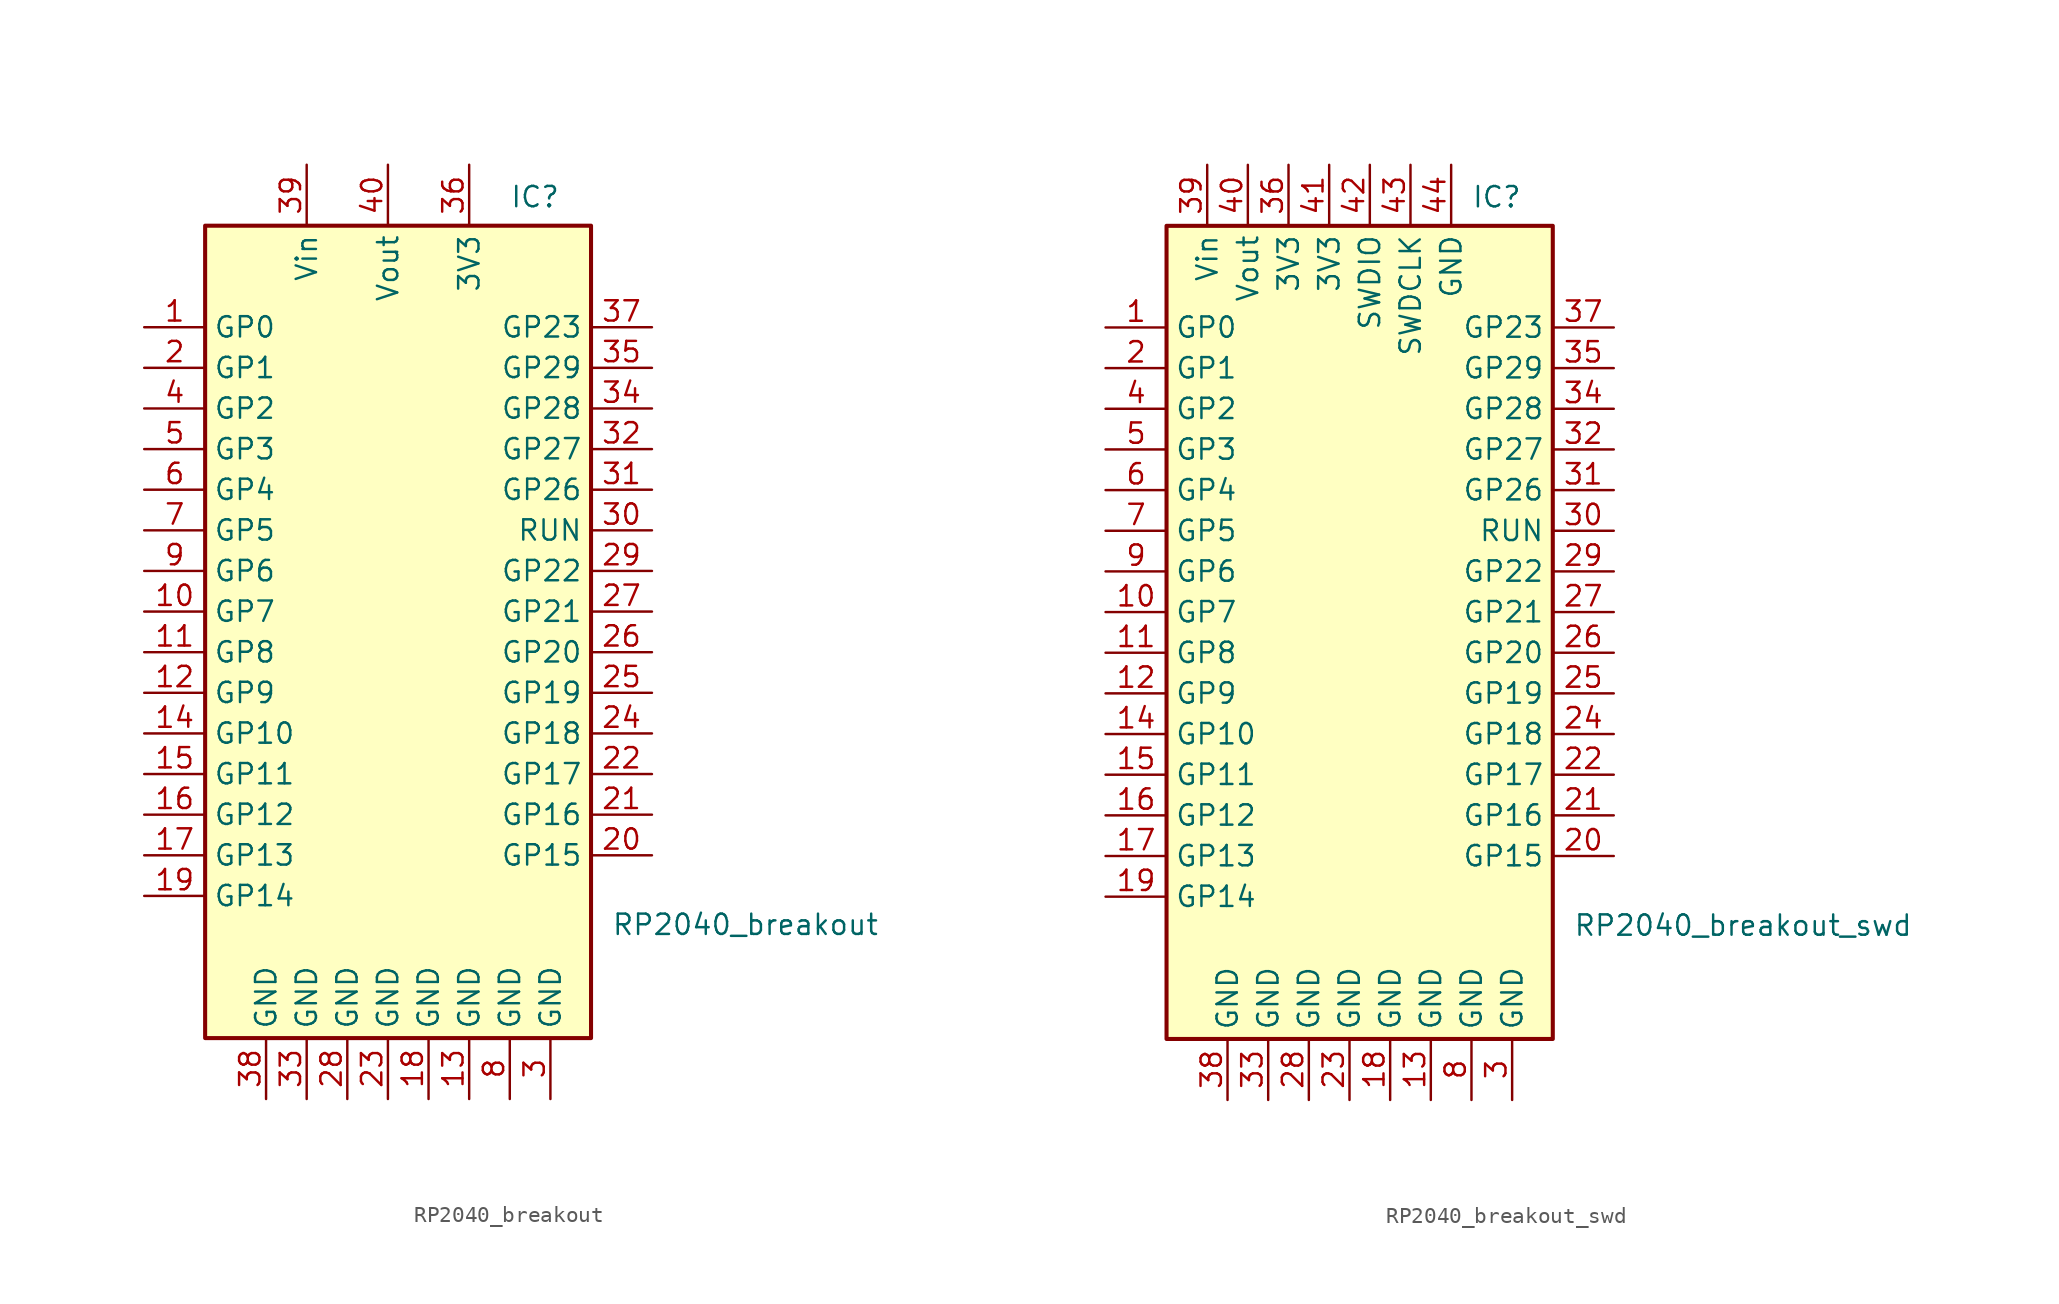
<source format=kicad_sym>
(kicad_symbol_lib
  (version 20211014)
  (generator kicad_symbol_editor)
  (symbol "RP2040_breakout"
    (property "Reference" "IC"
      (at 7.62 19.05 0)
      (effects (font (size 1.27 1.27)) (justify left top)))
    (property "Value" "RP2040_breakout"
      (at 13.97 -27.94 0)
      (effects (font (size 1.27 1.27)) (justify left bottom)))
    (symbol "RP2040_breakout_0_1"
      (rectangle (start -11.43 16.51) (end 12.7 -34.29) (stroke (width 0.254) (type default) (color 0 0 0 0)) (fill (type background))))
    (symbol "RP2040_breakout_1_1"
      (pin bidirectional line (at -15.24 10.16 0) (length 3.81) (name "GP0" (effects (font (size 1.27 1.27)))) (number "1" (effects (font (size 1.27 1.27)))))
      (pin bidirectional line (at -15.24 -7.62 0) (length 3.81) (name "GP7" (effects (font (size 1.27 1.27)))) (number "10" (effects (font (size 1.27 1.27)))))
      (pin bidirectional line (at -15.24 -10.16 0) (length 3.81) (name "GP8" (effects (font (size 1.27 1.27)))) (number "11" (effects (font (size 1.27 1.27)))))
      (pin bidirectional line (at -15.24 -12.7 0) (length 3.81) (name "GP9" (effects (font (size 1.27 1.27)))) (number "12" (effects (font (size 1.27 1.27)))))
      (pin power_in line (at 5.08 -38.1 90) (length 3.81) (name "GND" (effects (font (size 1.27 1.27)))) (number "13" (effects (font (size 1.27 1.27)))))
      (pin bidirectional line (at -15.24 -15.24 0) (length 3.81) (name "GP10" (effects (font (size 1.27 1.27)))) (number "14" (effects (font (size 1.27 1.27)))))
      (pin bidirectional line (at -15.24 -17.78 0) (length 3.81) (name "GP11" (effects (font (size 1.27 1.27)))) (number "15" (effects (font (size 1.27 1.27)))))
      (pin bidirectional line (at -15.24 -20.32 0) (length 3.81) (name "GP12" (effects (font (size 1.27 1.27)))) (number "16" (effects (font (size 1.27 1.27)))))
      (pin bidirectional line (at -15.24 -22.86 0) (length 3.81) (name "GP13" (effects (font (size 1.27 1.27)))) (number "17" (effects (font (size 1.27 1.27)))))
      (pin power_in line (at 2.54 -38.1 90) (length 3.81) (name "GND" (effects (font (size 1.27 1.27)))) (number "18" (effects (font (size 1.27 1.27)))))
      (pin bidirectional line (at -15.24 -25.4 0) (length 3.81) (name "GP14" (effects (font (size 1.27 1.27)))) (number "19" (effects (font (size 1.27 1.27)))))
      (pin bidirectional line (at -15.24 7.62 0) (length 3.81) (name "GP1" (effects (font (size 1.27 1.27)))) (number "2" (effects (font (size 1.27 1.27)))))
      (pin bidirectional line (at 16.51 -22.86 180) (length 3.81) (name "GP15" (effects (font (size 1.27 1.27)))) (number "20" (effects (font (size 1.27 1.27)))))
      (pin bidirectional line (at 16.51 -20.32 180) (length 3.81) (name "GP16" (effects (font (size 1.27 1.27)))) (number "21" (effects (font (size 1.27 1.27)))))
      (pin bidirectional line (at 16.51 -17.78 180) (length 3.81) (name "GP17" (effects (font (size 1.27 1.27)))) (number "22" (effects (font (size 1.27 1.27)))))
      (pin power_in line (at 0 -38.1 90) (length 3.81) (name "GND" (effects (font (size 1.27 1.27)))) (number "23" (effects (font (size 1.27 1.27)))))
      (pin bidirectional line (at 16.51 -15.24 180) (length 3.81) (name "GP18" (effects (font (size 1.27 1.27)))) (number "24" (effects (font (size 1.27 1.27)))))
      (pin bidirectional line (at 16.51 -12.7 180) (length 3.81) (name "GP19" (effects (font (size 1.27 1.27)))) (number "25" (effects (font (size 1.27 1.27)))))
      (pin bidirectional line (at 16.51 -10.16 180) (length 3.81) (name "GP20" (effects (font (size 1.27 1.27)))) (number "26" (effects (font (size 1.27 1.27)))))
      (pin bidirectional line (at 16.51 -7.62 180) (length 3.81) (name "GP21" (effects (font (size 1.27 1.27)))) (number "27" (effects (font (size 1.27 1.27)))))
      (pin power_in line (at -2.54 -38.1 90) (length 3.81) (name "GND" (effects (font (size 1.27 1.27)))) (number "28" (effects (font (size 1.27 1.27)))))
      (pin bidirectional line (at 16.51 -5.08 180) (length 3.81) (name "GP22" (effects (font (size 1.27 1.27)))) (number "29" (effects (font (size 1.27 1.27)))))
      (pin power_in line (at 10.16 -38.1 90) (length 3.81) (name "GND" (effects (font (size 1.27 1.27)))) (number "3" (effects (font (size 1.27 1.27)))))
      (pin input line (at 16.51 -2.54 180) (length 3.81) (name "RUN" (effects (font (size 1.27 1.27)))) (number "30" (effects (font (size 1.27 1.27)))))
      (pin bidirectional line (at 16.51 0 180) (length 3.81) (name "GP26" (effects (font (size 1.27 1.27)))) (number "31" (effects (font (size 1.27 1.27)))))
      (pin bidirectional line (at 16.51 2.54 180) (length 3.81) (name "GP27" (effects (font (size 1.27 1.27)))) (number "32" (effects (font (size 1.27 1.27)))))
      (pin power_in line (at -5.08 -38.1 90) (length 3.81) (name "GND" (effects (font (size 1.27 1.27)))) (number "33" (effects (font (size 1.27 1.27)))))
      (pin bidirectional line (at 16.51 5.08 180) (length 3.81) (name "GP28" (effects (font (size 1.27 1.27)))) (number "34" (effects (font (size 1.27 1.27)))))
      (pin bidirectional line (at 16.51 7.62 180) (length 3.81) (name "GP29" (effects (font (size 1.27 1.27)))) (number "35" (effects (font (size 1.27 1.27)))))
      (pin power_out line (at 5.08 20.32 270) (length 3.81) (name "3V3" (effects (font (size 1.27 1.27)))) (number "36" (effects (font (size 1.27 1.27)))))
      (pin bidirectional line (at 16.51 10.16 180) (length 3.81) (name "GP23" (effects (font (size 1.27 1.27)))) (number "37" (effects (font (size 1.27 1.27)))))
      (pin power_in line (at -7.62 -38.1 90) (length 3.81) (name "GND" (effects (font (size 1.27 1.27)))) (number "38" (effects (font (size 1.27 1.27)))))
      (pin power_in line (at -5.08 20.32 270) (length 3.81) (name "Vin" (effects (font (size 1.27 1.27)))) (number "39" (effects (font (size 1.27 1.27)))))
      (pin bidirectional line (at -15.24 5.08 0) (length 3.81) (name "GP2" (effects (font (size 1.27 1.27)))) (number "4" (effects (font (size 1.27 1.27)))))
      (pin power_out line (at 0 20.32 270) (length 3.81) (name "Vout" (effects (font (size 1.27 1.27)))) (number "40" (effects (font (size 1.27 1.27)))))
      (pin bidirectional line (at -15.24 2.54 0) (length 3.81) (name "GP3" (effects (font (size 1.27 1.27)))) (number "5" (effects (font (size 1.27 1.27)))))
      (pin bidirectional line (at -15.24 0 0) (length 3.81) (name "GP4" (effects (font (size 1.27 1.27)))) (number "6" (effects (font (size 1.27 1.27)))))
      (pin bidirectional line (at -15.24 -2.54 0) (length 3.81) (name "GP5" (effects (font (size 1.27 1.27)))) (number "7" (effects (font (size 1.27 1.27)))))
      (pin power_in line (at 7.62 -38.1 90) (length 3.81) (name "GND" (effects (font (size 1.27 1.27)))) (number "8" (effects (font (size 1.27 1.27)))))
      (pin bidirectional line (at -15.24 -5.08 0) (length 3.81) (name "GP6" (effects (font (size 1.27 1.27)))) (number "9" (effects (font (size 1.27 1.27)))))))
  (symbol "RP2040_breakout_swd"
    (property "Reference" "IC"
      (at 7.62 19.05 0)
      (effects (font (size 1.27 1.27)) (justify left top)))
    (property "Value" "RP2040_breakout_swd"
      (at 13.97 -27.94 0)
      (effects (font (size 1.27 1.27)) (justify left bottom)))
    (symbol "RP2040_breakout_swd_0_1"
      (rectangle (start -11.43 16.51) (end 12.7 -34.29) (stroke (width 0.254) (type default) (color 0 0 0 0)) (fill (type background))))
    (symbol "RP2040_breakout_swd_1_1"
      (pin bidirectional line (at -15.24 10.16 0) (length 3.81) (name "GP0" (effects (font (size 1.27 1.27)))) (number "1" (effects (font (size 1.27 1.27)))))
      (pin bidirectional line (at -15.24 -7.62 0) (length 3.81) (name "GP7" (effects (font (size 1.27 1.27)))) (number "10" (effects (font (size 1.27 1.27)))))
      (pin bidirectional line (at -15.24 -10.16 0) (length 3.81) (name "GP8" (effects (font (size 1.27 1.27)))) (number "11" (effects (font (size 1.27 1.27)))))
      (pin bidirectional line (at -15.24 -12.7 0) (length 3.81) (name "GP9" (effects (font (size 1.27 1.27)))) (number "12" (effects (font (size 1.27 1.27)))))
      (pin power_in line (at 5.08 -38.1 90) (length 3.81) (name "GND" (effects (font (size 1.27 1.27)))) (number "13" (effects (font (size 1.27 1.27)))))
      (pin bidirectional line (at -15.24 -15.24 0) (length 3.81) (name "GP10" (effects (font (size 1.27 1.27)))) (number "14" (effects (font (size 1.27 1.27)))))
      (pin bidirectional line (at -15.24 -17.78 0) (length 3.81) (name "GP11" (effects (font (size 1.27 1.27)))) (number "15" (effects (font (size 1.27 1.27)))))
      (pin bidirectional line (at -15.24 -20.32 0) (length 3.81) (name "GP12" (effects (font (size 1.27 1.27)))) (number "16" (effects (font (size 1.27 1.27)))))
      (pin bidirectional line (at -15.24 -22.86 0) (length 3.81) (name "GP13" (effects (font (size 1.27 1.27)))) (number "17" (effects (font (size 1.27 1.27)))))
      (pin power_in line (at 2.54 -38.1 90) (length 3.81) (name "GND" (effects (font (size 1.27 1.27)))) (number "18" (effects (font (size 1.27 1.27)))))
      (pin bidirectional line (at -15.24 -25.4 0) (length 3.81) (name "GP14" (effects (font (size 1.27 1.27)))) (number "19" (effects (font (size 1.27 1.27)))))
      (pin bidirectional line (at -15.24 7.62 0) (length 3.81) (name "GP1" (effects (font (size 1.27 1.27)))) (number "2" (effects (font (size 1.27 1.27)))))
      (pin bidirectional line (at 16.51 -22.86 180) (length 3.81) (name "GP15" (effects (font (size 1.27 1.27)))) (number "20" (effects (font (size 1.27 1.27)))))
      (pin bidirectional line (at 16.51 -20.32 180) (length 3.81) (name "GP16" (effects (font (size 1.27 1.27)))) (number "21" (effects (font (size 1.27 1.27)))))
      (pin bidirectional line (at 16.51 -17.78 180) (length 3.81) (name "GP17" (effects (font (size 1.27 1.27)))) (number "22" (effects (font (size 1.27 1.27)))))
      (pin power_in line (at 0 -38.1 90) (length 3.81) (name "GND" (effects (font (size 1.27 1.27)))) (number "23" (effects (font (size 1.27 1.27)))))
      (pin bidirectional line (at 16.51 -15.24 180) (length 3.81) (name "GP18" (effects (font (size 1.27 1.27)))) (number "24" (effects (font (size 1.27 1.27)))))
      (pin bidirectional line (at 16.51 -12.7 180) (length 3.81) (name "GP19" (effects (font (size 1.27 1.27)))) (number "25" (effects (font (size 1.27 1.27)))))
      (pin bidirectional line (at 16.51 -10.16 180) (length 3.81) (name "GP20" (effects (font (size 1.27 1.27)))) (number "26" (effects (font (size 1.27 1.27)))))
      (pin bidirectional line (at 16.51 -7.62 180) (length 3.81) (name "GP21" (effects (font (size 1.27 1.27)))) (number "27" (effects (font (size 1.27 1.27)))))
      (pin power_in line (at -2.54 -38.1 90) (length 3.81) (name "GND" (effects (font (size 1.27 1.27)))) (number "28" (effects (font (size 1.27 1.27)))))
      (pin bidirectional line (at 16.51 -5.08 180) (length 3.81) (name "GP22" (effects (font (size 1.27 1.27)))) (number "29" (effects (font (size 1.27 1.27)))))
      (pin power_in line (at 10.16 -38.1 90) (length 3.81) (name "GND" (effects (font (size 1.27 1.27)))) (number "3" (effects (font (size 1.27 1.27)))))
      (pin input line (at 16.51 -2.54 180) (length 3.81) (name "RUN" (effects (font (size 1.27 1.27)))) (number "30" (effects (font (size 1.27 1.27)))))
      (pin bidirectional line (at 16.51 0 180) (length 3.81) (name "GP26" (effects (font (size 1.27 1.27)))) (number "31" (effects (font (size 1.27 1.27)))))
      (pin bidirectional line (at 16.51 2.54 180) (length 3.81) (name "GP27" (effects (font (size 1.27 1.27)))) (number "32" (effects (font (size 1.27 1.27)))))
      (pin power_in line (at -5.08 -38.1 90) (length 3.81) (name "GND" (effects (font (size 1.27 1.27)))) (number "33" (effects (font (size 1.27 1.27)))))
      (pin bidirectional line (at 16.51 5.08 180) (length 3.81) (name "GP28" (effects (font (size 1.27 1.27)))) (number "34" (effects (font (size 1.27 1.27)))))
      (pin bidirectional line (at 16.51 7.62 180) (length 3.81) (name "GP29" (effects (font (size 1.27 1.27)))) (number "35" (effects (font (size 1.27 1.27)))))
      (pin power_out line (at -3.81 20.32 270) (length 3.81) (name "3V3" (effects (font (size 1.27 1.27)))) (number "36" (effects (font (size 1.27 1.27)))))
      (pin bidirectional line (at 16.51 10.16 180) (length 3.81) (name "GP23" (effects (font (size 1.27 1.27)))) (number "37" (effects (font (size 1.27 1.27)))))
      (pin power_in line (at -7.62 -38.1 90) (length 3.81) (name "GND" (effects (font (size 1.27 1.27)))) (number "38" (effects (font (size 1.27 1.27)))))
      (pin power_in line (at -8.89 20.32 270) (length 3.81) (name "Vin" (effects (font (size 1.27 1.27)))) (number "39" (effects (font (size 1.27 1.27)))))
      (pin bidirectional line (at -15.24 5.08 0) (length 3.81) (name "GP2" (effects (font (size 1.27 1.27)))) (number "4" (effects (font (size 1.27 1.27)))))
      (pin power_out line (at -6.35 20.32 270) (length 3.81) (name "Vout" (effects (font (size 1.27 1.27)))) (number "40" (effects (font (size 1.27 1.27)))))
      (pin power_out line (at -1.27 20.32 270) (length 3.81) (name "3V3" (effects (font (size 1.27 1.27)))) (number "41" (effects (font (size 1.27 1.27)))))
      (pin bidirectional line (at 1.27 20.32 270) (length 3.81) (name "SWDIO" (effects (font (size 1.27 1.27)))) (number "42" (effects (font (size 1.27 1.27)))))
      (pin bidirectional line (at 3.81 20.32 270) (length 3.81) (name "SWDCLK" (effects (font (size 1.27 1.27)))) (number "43" (effects (font (size 1.27 1.27)))))
      (pin power_in line (at 6.35 20.32 270) (length 3.81) (name "GND" (effects (font (size 1.27 1.27)))) (number "44" (effects (font (size 1.27 1.27)))))
      (pin bidirectional line (at -15.24 2.54 0) (length 3.81) (name "GP3" (effects (font (size 1.27 1.27)))) (number "5" (effects (font (size 1.27 1.27)))))
      (pin bidirectional line (at -15.24 0 0) (length 3.81) (name "GP4" (effects (font (size 1.27 1.27)))) (number "6" (effects (font (size 1.27 1.27)))))
      (pin bidirectional line (at -15.24 -2.54 0) (length 3.81) (name "GP5" (effects (font (size 1.27 1.27)))) (number "7" (effects (font (size 1.27 1.27)))))
      (pin power_in line (at 7.62 -38.1 90) (length 3.81) (name "GND" (effects (font (size 1.27 1.27)))) (number "8" (effects (font (size 1.27 1.27)))))
      (pin bidirectional line (at -15.24 -5.08 0) (length 3.81) (name "GP6" (effects (font (size 1.27 1.27)))) (number "9" (effects (font (size 1.27 1.27))))))))
</source>
